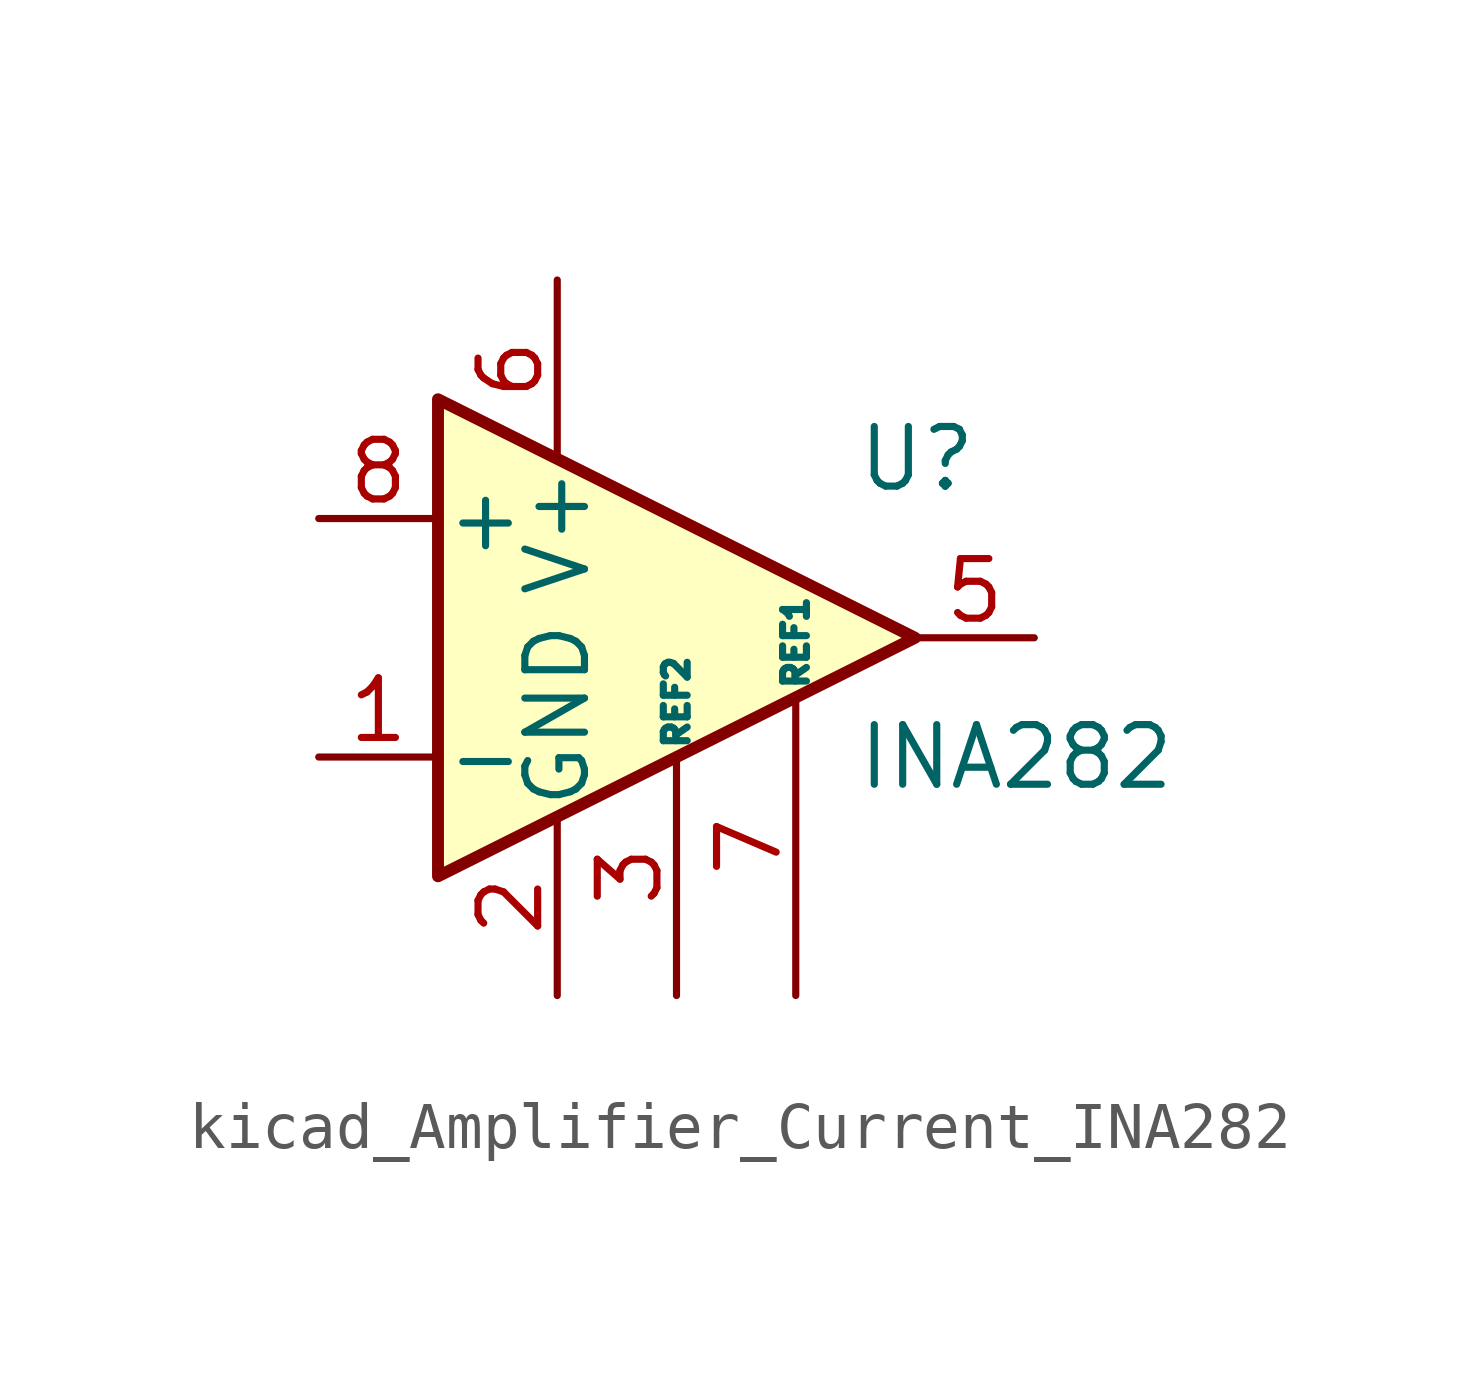
<source format=kicad_sym>
(kicad_symbol_lib
  (version 20220914)
  (generator kicad_symbol_editor)
  (symbol "kicad_Amplifier_Current_INA282"
    (pin_names
      (offset 0.127))
    (property "Reference" "U"
      (at 3.81 3.81 0)
      (effects (font (size 1.27 1.27)) (justify left)))
    (property "Value" "INA282"
      (at 3.81 -2.54 0)
      (effects (font (size 1.27 1.27)) (justify left)))
    (symbol "kicad_Amplifier_Current_INA282_0_1"
      (polyline (pts (xy 5.08 0) (xy -5.08 5.08) (xy -5.08 -5.08) (xy 5.08 0)) (stroke (width 0.254) (type default)) (fill (type background))))
    (symbol "kicad_Amplifier_Current_INA282_1_1"
      (pin input line (at -7.62 -2.54 0) (length 2.54) (name "-" (effects (font (size 1.27 1.27)))) (number "1" (effects (font (size 1.27 1.27)))))
      (pin power_in line (at -2.54 -7.62 90) (length 3.81) (name "GND" (effects (font (size 1.27 1.27)))) (number "2" (effects (font (size 1.27 1.27)))))
      (pin input line (at 0 -7.62 90) (length 5.08) (name "REF2" (effects (font (size 0.508 0.508)))) (number "3" (effects (font (size 1.27 1.27)))))
      (pin no_connect line (at -5.08 0 0) (length 2.54) hide (name "NC" (effects (font (size 1.27 1.27)))) (number "4" (effects (font (size 1.27 1.27)))))
      (pin output line (at 7.62 0 180) (length 2.54) (name "~" (effects (font (size 1.27 1.27)))) (number "5" (effects (font (size 1.27 1.27)))))
      (pin input line (at -2.54 7.62 270) (length 3.81) (name "V+" (effects (font (size 1.27 1.27)))) (number "6" (effects (font (size 1.27 1.27)))))
      (pin input line (at 2.54 -7.62 90) (length 6.35) (name "REF1" (effects (font (size 0.508 0.508)))) (number "7" (effects (font (size 1.27 1.27)))))
      (pin input line (at -7.62 2.54 0) (length 2.54) (name "+" (effects (font (size 1.27 1.27)))) (number "8" (effects (font (size 1.27 1.27))))))))
</source>
